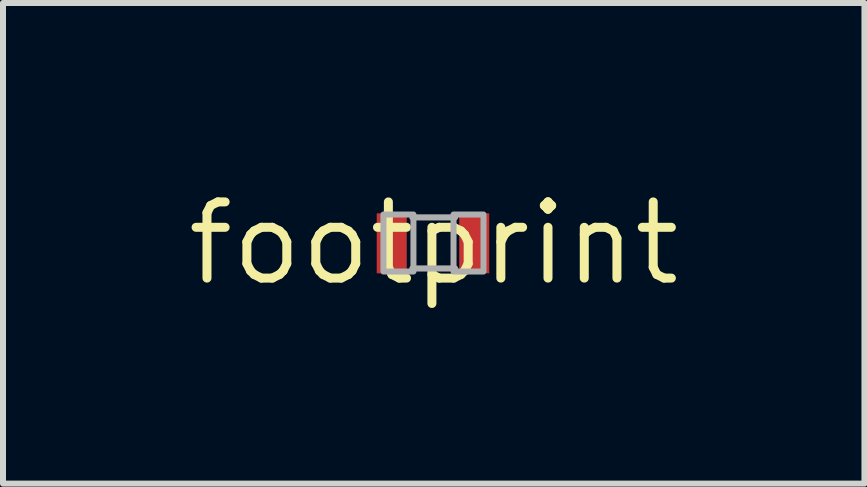
<source format=kicad_pcb>
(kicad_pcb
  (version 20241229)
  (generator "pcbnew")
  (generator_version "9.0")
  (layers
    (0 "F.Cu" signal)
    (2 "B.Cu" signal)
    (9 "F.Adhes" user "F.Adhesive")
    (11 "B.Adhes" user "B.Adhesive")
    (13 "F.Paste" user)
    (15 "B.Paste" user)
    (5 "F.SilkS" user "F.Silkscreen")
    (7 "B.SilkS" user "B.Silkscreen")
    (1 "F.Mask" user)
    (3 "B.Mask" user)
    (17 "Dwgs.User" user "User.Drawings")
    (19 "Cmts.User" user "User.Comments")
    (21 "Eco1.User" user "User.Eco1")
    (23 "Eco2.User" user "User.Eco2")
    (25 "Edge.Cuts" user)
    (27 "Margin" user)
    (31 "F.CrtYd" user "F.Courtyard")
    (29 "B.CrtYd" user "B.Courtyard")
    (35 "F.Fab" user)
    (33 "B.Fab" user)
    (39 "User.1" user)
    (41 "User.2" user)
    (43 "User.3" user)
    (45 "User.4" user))
  (footprint "footprint"
    (layer "F.Cu")
    (at 4.18 1.006)
    (property "Reference" "footprint" (at 0 0 0) (layer "F.SilkS") (effects (font (size 1.27 1.27) (thickness 0.15))))
    (fp_poly (pts (xy -0.95 0.5) (xy -0.45 0.5) (xy -0.45 -0.5) (xy -0.95 -0.5)) (stroke (width 0) (type solid)) (fill yes) (layer "F.Mask"))
    (fp_poly (pts (xy 0.425 0.5) (xy 0.925 0.5) (xy 0.925 -0.5) (xy 0.425 -0.5)) (stroke (width 0) (type solid)) (fill yes) (layer "F.Mask"))
    (fp_line (start -0.356 -0.432) (end 0.356 -0.432) (stroke (width 0.102) (type solid)) (layer "F.Fab"))
    (fp_line (start -0.356 0.419) (end 0.356 0.419) (stroke (width 0.102) (type solid)) (layer "F.Fab"))
    (fp_poly (pts (xy -0.838 0.47) (xy -0.338 0.47) (xy -0.338 -0.48) (xy -0.838 -0.48)) (stroke (width 0.1) (type solid)) (fill no) (layer "F.Fab"))
    (fp_poly (pts (xy 0.33 0.47) (xy 0.83 0.47) (xy 0.83 -0.48) (xy 0.33 -0.48)) (stroke (width 0.1) (type solid)) (fill no) (layer "F.Fab"))
    (pad "P$1" smd rect (at -0.7 0) (size 0.5 1) (layers "F.Cu" "F.Paste"))
    (pad "P$2" smd rect (at 0.675 0) (size 0.5 1) (layers "F.Cu" "F.Paste")))
  (gr_rect
    (start -3 -3)
    (end 11.36 5.012)
    (stroke (width 0.1) (type default))
    (fill no)
    (layer "Edge.Cuts")))
</source>
